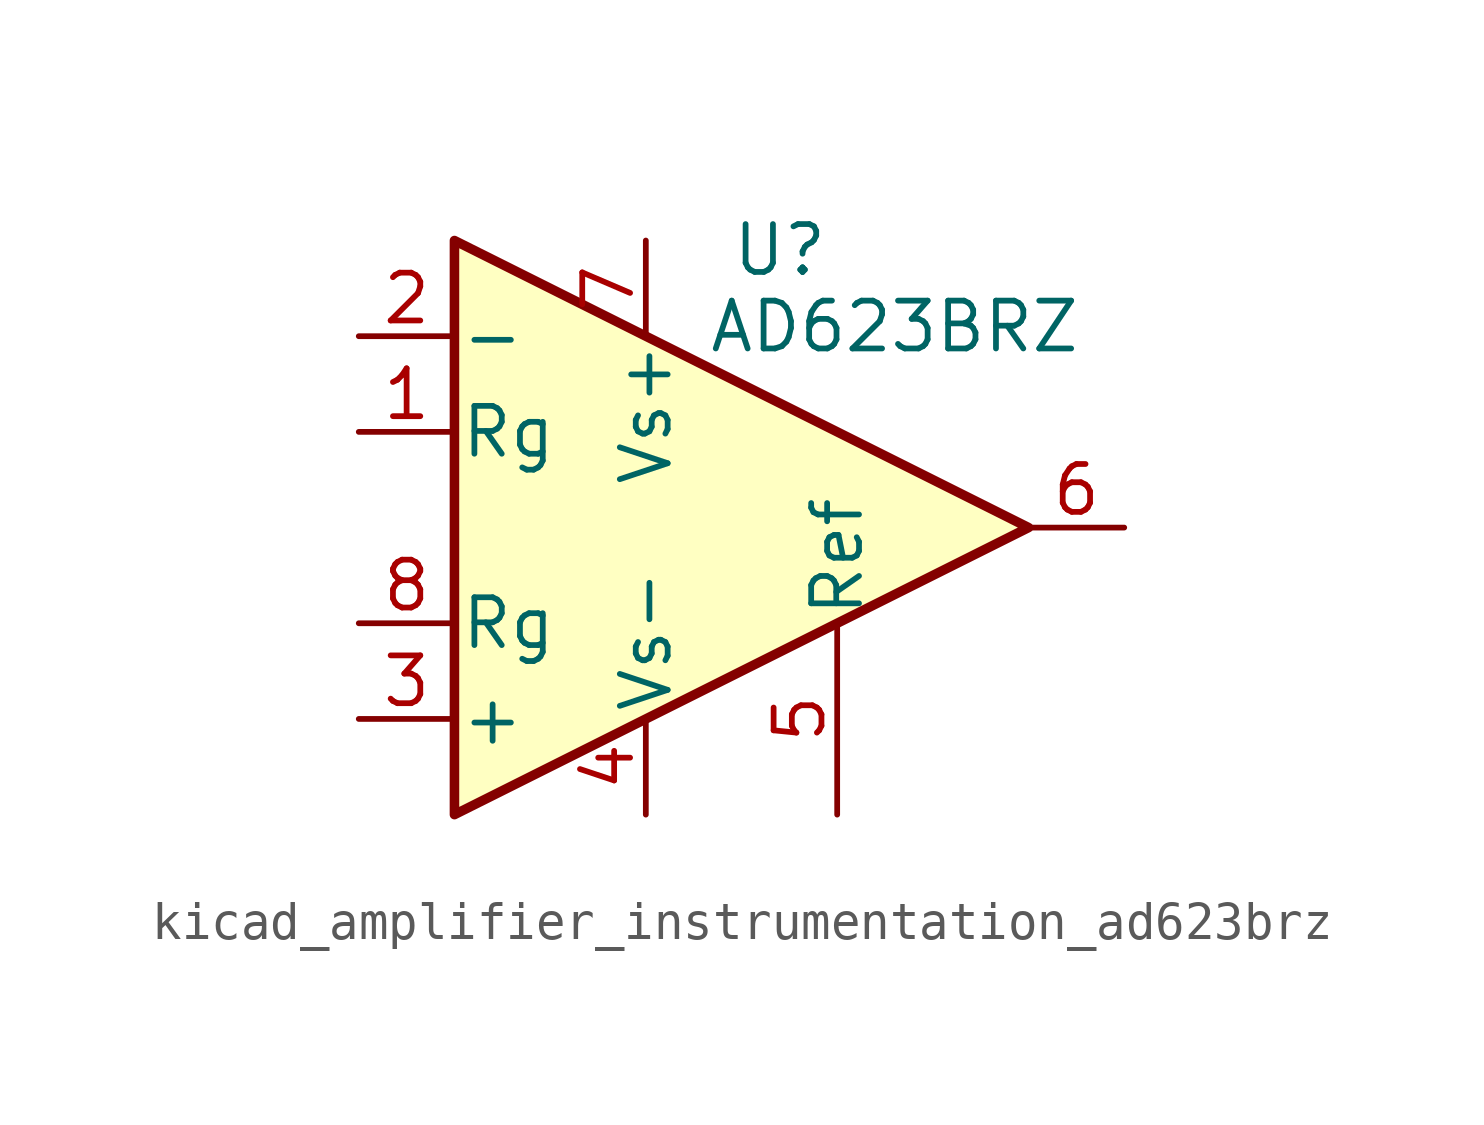
<source format=kicad_sym>
(kicad_symbol_lib
  (version 20220914)
  (generator kicad_symbol_editor)
  (symbol "kicad_amplifier_instrumentation_ad623brz"
    (pin_names
      (offset 0.127))
    (property "Reference" "U"
      (at 3.556 7.366 0)
      (effects (font (size 1.27 1.27))))
    (property "Value" "AD623BRZ"
      (at 6.604 5.334 0)
      (effects (font (size 1.27 1.27))))
    (symbol "kicad_amplifier_instrumentation_ad623brz_0_1"
      (polyline (pts (xy -5.08 7.62) (xy -5.08 -7.62) (xy 10.16 0) (xy -5.08 7.62)) (stroke (width 0.254) (type default)) (fill (type background))))
    (symbol "kicad_amplifier_instrumentation_ad623brz_1_1"
      (pin passive line (at -7.62 2.54 0) (length 2.54) (name "Rg" (effects (font (size 1.27 1.27)))) (number "1" (effects (font (size 1.27 1.27)))))
      (pin input line (at -7.62 5.08 0) (length 2.54) (name "-" (effects (font (size 1.27 1.27)))) (number "2" (effects (font (size 1.27 1.27)))))
      (pin input line (at -7.62 -5.08 0) (length 2.54) (name "+" (effects (font (size 1.27 1.27)))) (number "3" (effects (font (size 1.27 1.27)))))
      (pin power_in line (at 0 -7.62 90) (length 2.54) (name "Vs-" (effects (font (size 1.27 1.27)))) (number "4" (effects (font (size 1.27 1.27)))))
      (pin passive line (at 5.08 -7.62 90) (length 5.08) (name "Ref" (effects (font (size 1.27 1.27)))) (number "5" (effects (font (size 1.27 1.27)))))
      (pin output line (at 12.7 0 180) (length 2.54) (name "~" (effects (font (size 1.27 1.27)))) (number "6" (effects (font (size 1.27 1.27)))))
      (pin power_in line (at 0 7.62 270) (length 2.54) (name "Vs+" (effects (font (size 1.27 1.27)))) (number "7" (effects (font (size 1.27 1.27)))))
      (pin passive line (at -7.62 -2.54 0) (length 2.54) (name "Rg" (effects (font (size 1.27 1.27)))) (number "8" (effects (font (size 1.27 1.27))))))))
</source>
